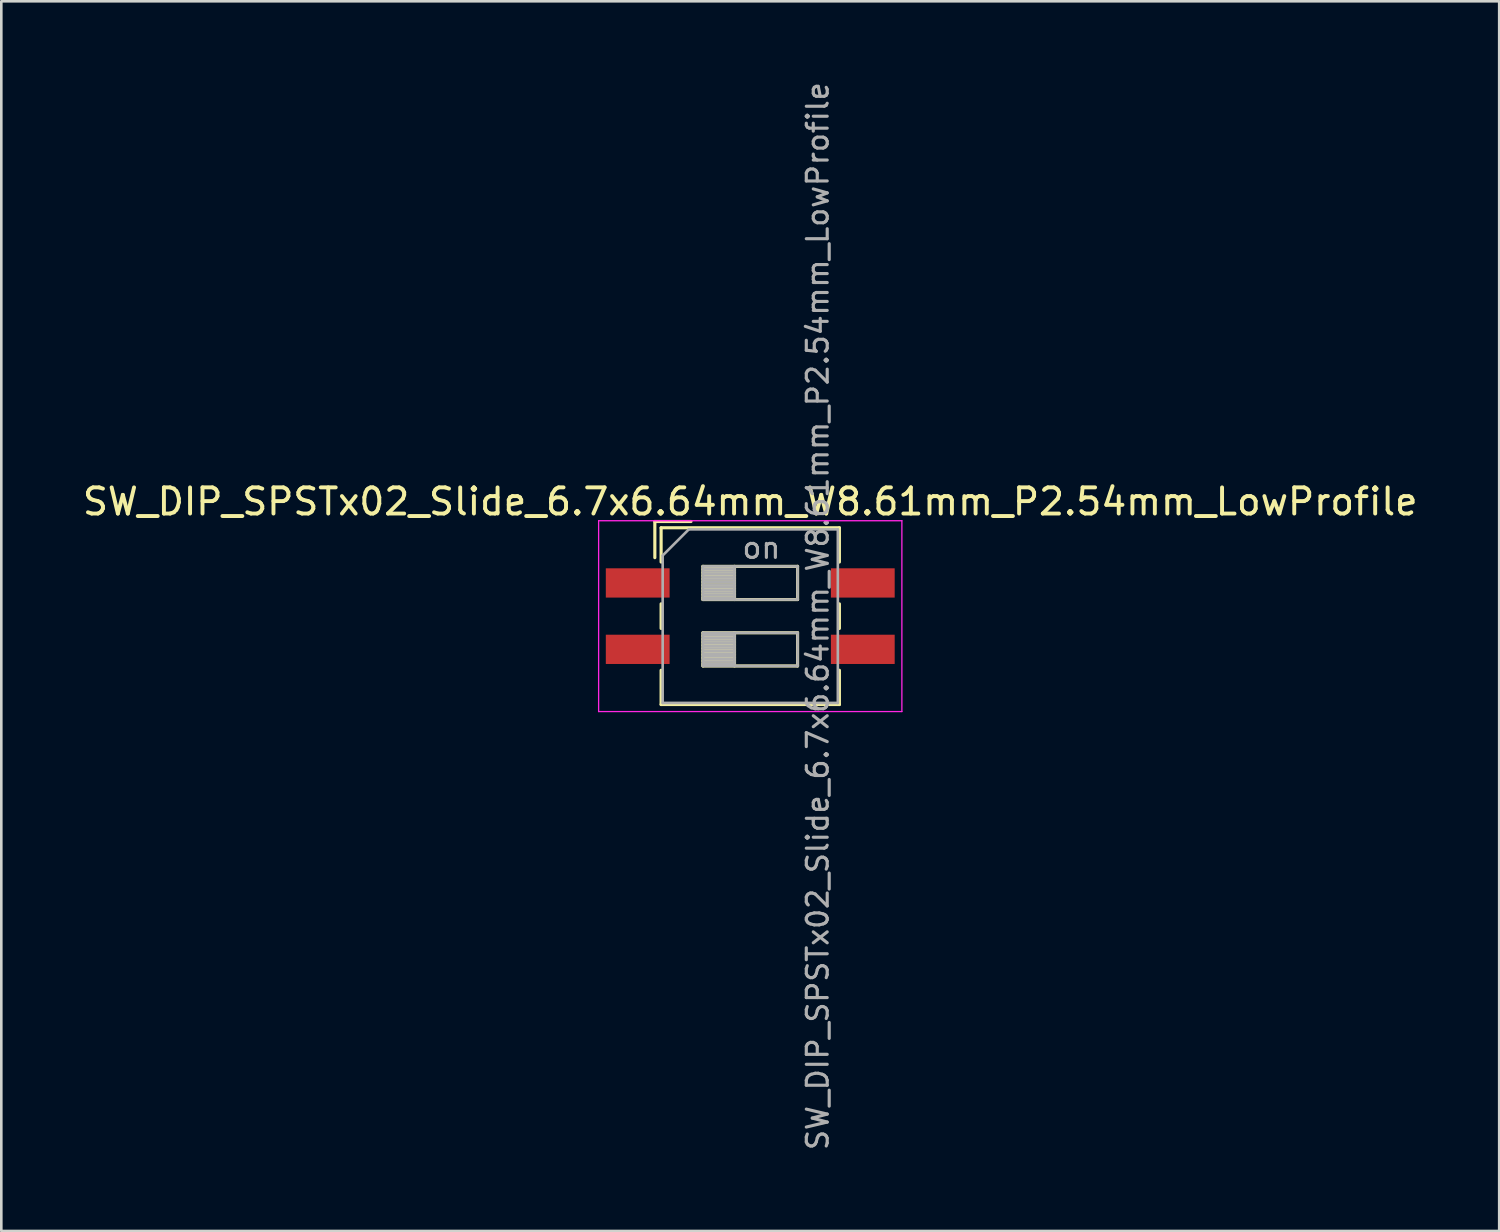
<source format=kicad_pcb>
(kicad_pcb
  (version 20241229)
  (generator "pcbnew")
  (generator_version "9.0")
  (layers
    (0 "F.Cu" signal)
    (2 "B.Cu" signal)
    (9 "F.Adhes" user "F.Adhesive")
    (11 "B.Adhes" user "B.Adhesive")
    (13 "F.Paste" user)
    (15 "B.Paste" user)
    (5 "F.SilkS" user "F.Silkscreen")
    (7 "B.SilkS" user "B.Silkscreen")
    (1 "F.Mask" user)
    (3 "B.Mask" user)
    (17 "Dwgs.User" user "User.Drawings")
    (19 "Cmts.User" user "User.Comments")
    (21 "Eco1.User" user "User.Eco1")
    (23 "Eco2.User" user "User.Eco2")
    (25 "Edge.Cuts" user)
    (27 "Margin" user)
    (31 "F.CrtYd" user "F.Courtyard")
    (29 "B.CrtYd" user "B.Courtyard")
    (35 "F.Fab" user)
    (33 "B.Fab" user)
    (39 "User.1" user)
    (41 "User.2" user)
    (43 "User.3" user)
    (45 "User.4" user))
  (footprint "SW_DIP_SPSTx02_Slide_6.7x6.64mm_W8.61mm_P2.54mm_LowProfile"
    (layer "F.Cu")
    (at 25.649 20.519)
    (property "Reference" "SW_DIP_SPSTx02_Slide_6.7x6.64mm_W8.61mm_P2.54mm_LowProfile" (at 0 -4.38 0) (layer "F.SilkS") (effects (font (size 1 1) (thickness 0.15))))
    (attr smd)
    (fp_line (start -3.65 -3.62) (end -3.65 -2.237) (stroke (width 0.12) (type solid)) (layer "F.SilkS"))
    (fp_line (start -3.65 -3.62) (end -2.267 -3.62) (stroke (width 0.12) (type solid)) (layer "F.SilkS"))
    (fp_line (start -3.41 -3.38) (end -3.41 -2.07) (stroke (width 0.12) (type solid)) (layer "F.SilkS"))
    (fp_line (start -3.41 -3.38) (end 3.41 -3.38) (stroke (width 0.12) (type solid)) (layer "F.SilkS"))
    (fp_line (start -3.41 -0.47) (end -3.41 0.47) (stroke (width 0.12) (type solid)) (layer "F.SilkS"))
    (fp_line (start -3.41 2.07) (end -3.41 3.38) (stroke (width 0.12) (type solid)) (layer "F.SilkS"))
    (fp_line (start -3.41 3.38) (end 3.41 3.38) (stroke (width 0.12) (type solid)) (layer "F.SilkS"))
    (fp_line (start -1.81 -1.905) (end -1.81 -0.635) (stroke (width 0.12) (type solid)) (layer "F.SilkS"))
    (fp_line (start -1.81 -1.785) (end -0.603 -1.785) (stroke (width 0.12) (type solid)) (layer "F.SilkS"))
    (fp_line (start -1.81 -1.665) (end -0.603 -1.665) (stroke (width 0.12) (type solid)) (layer "F.SilkS"))
    (fp_line (start -1.81 -1.545) (end -0.603 -1.545) (stroke (width 0.12) (type solid)) (layer "F.SilkS"))
    (fp_line (start -1.81 -1.425) (end -0.603 -1.425) (stroke (width 0.12) (type solid)) (layer "F.SilkS"))
    (fp_line (start -1.81 -1.305) (end -0.603 -1.305) (stroke (width 0.12) (type solid)) (layer "F.SilkS"))
    (fp_line (start -1.81 -1.185) (end -0.603 -1.185) (stroke (width 0.12) (type solid)) (layer "F.SilkS"))
    (fp_line (start -1.81 -1.065) (end -0.603 -1.065) (stroke (width 0.12) (type solid)) (layer "F.SilkS"))
    (fp_line (start -1.81 -0.945) (end -0.603 -0.945) (stroke (width 0.12) (type solid)) (layer "F.SilkS"))
    (fp_line (start -1.81 -0.825) (end -0.603 -0.825) (stroke (width 0.12) (type solid)) (layer "F.SilkS"))
    (fp_line (start -1.81 -0.705) (end -0.603 -0.705) (stroke (width 0.12) (type solid)) (layer "F.SilkS"))
    (fp_line (start -1.81 -0.635) (end 1.81 -0.635) (stroke (width 0.12) (type solid)) (layer "F.SilkS"))
    (fp_line (start -1.81 0.635) (end -1.81 1.905) (stroke (width 0.12) (type solid)) (layer "F.SilkS"))
    (fp_line (start -1.81 0.755) (end -0.603 0.755) (stroke (width 0.12) (type solid)) (layer "F.SilkS"))
    (fp_line (start -1.81 0.875) (end -0.603 0.875) (stroke (width 0.12) (type solid)) (layer "F.SilkS"))
    (fp_line (start -1.81 0.995) (end -0.603 0.995) (stroke (width 0.12) (type solid)) (layer "F.SilkS"))
    (fp_line (start -1.81 1.115) (end -0.603 1.115) (stroke (width 0.12) (type solid)) (layer "F.SilkS"))
    (fp_line (start -1.81 1.235) (end -0.603 1.235) (stroke (width 0.12) (type solid)) (layer "F.SilkS"))
    (fp_line (start -1.81 1.355) (end -0.603 1.355) (stroke (width 0.12) (type solid)) (layer "F.SilkS"))
    (fp_line (start -1.81 1.475) (end -0.603 1.475) (stroke (width 0.12) (type solid)) (layer "F.SilkS"))
    (fp_line (start -1.81 1.595) (end -0.603 1.595) (stroke (width 0.12) (type solid)) (layer "F.SilkS"))
    (fp_line (start -1.81 1.715) (end -0.603 1.715) (stroke (width 0.12) (type solid)) (layer "F.SilkS"))
    (fp_line (start -1.81 1.835) (end -0.603 1.835) (stroke (width 0.12) (type solid)) (layer "F.SilkS"))
    (fp_line (start -1.81 1.905) (end 1.81 1.905) (stroke (width 0.12) (type solid)) (layer "F.SilkS"))
    (fp_line (start -0.603 -1.905) (end -0.603 -0.635) (stroke (width 0.12) (type solid)) (layer "F.SilkS"))
    (fp_line (start -0.603 0.635) (end -0.603 1.905) (stroke (width 0.12) (type solid)) (layer "F.SilkS"))
    (fp_line (start 1.81 -1.905) (end -1.81 -1.905) (stroke (width 0.12) (type solid)) (layer "F.SilkS"))
    (fp_line (start 1.81 -0.635) (end 1.81 -1.905) (stroke (width 0.12) (type solid)) (layer "F.SilkS"))
    (fp_line (start 1.81 0.635) (end -1.81 0.635) (stroke (width 0.12) (type solid)) (layer "F.SilkS"))
    (fp_line (start 1.81 1.905) (end 1.81 0.635) (stroke (width 0.12) (type solid)) (layer "F.SilkS"))
    (fp_line (start 3.41 -3.38) (end 3.41 -2.07) (stroke (width 0.12) (type solid)) (layer "F.SilkS"))
    (fp_line (start 3.41 -0.47) (end 3.41 0.47) (stroke (width 0.12) (type solid)) (layer "F.SilkS"))
    (fp_line (start 3.41 2.07) (end 3.41 3.38) (stroke (width 0.12) (type solid)) (layer "F.SilkS"))
    (fp_line (start -5.8 -3.65) (end -5.8 3.65) (stroke (width 0.05) (type solid)) (layer "F.CrtYd"))
    (fp_line (start -5.8 3.65) (end 5.8 3.65) (stroke (width 0.05) (type solid)) (layer "F.CrtYd"))
    (fp_line (start 5.8 -3.65) (end -5.8 -3.65) (stroke (width 0.05) (type solid)) (layer "F.CrtYd"))
    (fp_line (start 5.8 3.65) (end 5.8 -3.65) (stroke (width 0.05) (type solid)) (layer "F.CrtYd"))
    (fp_line (start -3.35 -2.32) (end -2.35 -3.32) (stroke (width 0.1) (type solid)) (layer "F.Fab"))
    (fp_line (start -3.35 3.32) (end -3.35 -2.32) (stroke (width 0.1) (type solid)) (layer "F.Fab"))
    (fp_line (start -2.35 -3.32) (end 3.35 -3.32) (stroke (width 0.1) (type solid)) (layer "F.Fab"))
    (fp_line (start -1.81 -1.905) (end -1.81 -0.635) (stroke (width 0.1) (type solid)) (layer "F.Fab"))
    (fp_line (start -1.81 -1.805) (end -0.603 -1.805) (stroke (width 0.1) (type solid)) (layer "F.Fab"))
    (fp_line (start -1.81 -1.705) (end -0.603 -1.705) (stroke (width 0.1) (type solid)) (layer "F.Fab"))
    (fp_line (start -1.81 -1.605) (end -0.603 -1.605) (stroke (width 0.1) (type solid)) (layer "F.Fab"))
    (fp_line (start -1.81 -1.505) (end -0.603 -1.505) (stroke (width 0.1) (type solid)) (layer "F.Fab"))
    (fp_line (start -1.81 -1.405) (end -0.603 -1.405) (stroke (width 0.1) (type solid)) (layer "F.Fab"))
    (fp_line (start -1.81 -1.305) (end -0.603 -1.305) (stroke (width 0.1) (type solid)) (layer "F.Fab"))
    (fp_line (start -1.81 -1.205) (end -0.603 -1.205) (stroke (width 0.1) (type solid)) (layer "F.Fab"))
    (fp_line (start -1.81 -1.105) (end -0.603 -1.105) (stroke (width 0.1) (type solid)) (layer "F.Fab"))
    (fp_line (start -1.81 -1.005) (end -0.603 -1.005) (stroke (width 0.1) (type solid)) (layer "F.Fab"))
    (fp_line (start -1.81 -0.905) (end -0.603 -0.905) (stroke (width 0.1) (type solid)) (layer "F.Fab"))
    (fp_line (start -1.81 -0.805) (end -0.603 -0.805) (stroke (width 0.1) (type solid)) (layer "F.Fab"))
    (fp_line (start -1.81 -0.705) (end -0.603 -0.705) (stroke (width 0.1) (type solid)) (layer "F.Fab"))
    (fp_line (start -1.81 -0.635) (end 1.81 -0.635) (stroke (width 0.1) (type solid)) (layer "F.Fab"))
    (fp_line (start -1.81 0.635) (end -1.81 1.905) (stroke (width 0.1) (type solid)) (layer "F.Fab"))
    (fp_line (start -1.81 0.735) (end -0.603 0.735) (stroke (width 0.1) (type solid)) (layer "F.Fab"))
    (fp_line (start -1.81 0.835) (end -0.603 0.835) (stroke (width 0.1) (type solid)) (layer "F.Fab"))
    (fp_line (start -1.81 0.935) (end -0.603 0.935) (stroke (width 0.1) (type solid)) (layer "F.Fab"))
    (fp_line (start -1.81 1.035) (end -0.603 1.035) (stroke (width 0.1) (type solid)) (layer "F.Fab"))
    (fp_line (start -1.81 1.135) (end -0.603 1.135) (stroke (width 0.1) (type solid)) (layer "F.Fab"))
    (fp_line (start -1.81 1.235) (end -0.603 1.235) (stroke (width 0.1) (type solid)) (layer "F.Fab"))
    (fp_line (start -1.81 1.335) (end -0.603 1.335) (stroke (width 0.1) (type solid)) (layer "F.Fab"))
    (fp_line (start -1.81 1.435) (end -0.603 1.435) (stroke (width 0.1) (type solid)) (layer "F.Fab"))
    (fp_line (start -1.81 1.535) (end -0.603 1.535) (stroke (width 0.1) (type solid)) (layer "F.Fab"))
    (fp_line (start -1.81 1.635) (end -0.603 1.635) (stroke (width 0.1) (type solid)) (layer "F.Fab"))
    (fp_line (start -1.81 1.735) (end -0.603 1.735) (stroke (width 0.1) (type solid)) (layer "F.Fab"))
    (fp_line (start -1.81 1.835) (end -0.603 1.835) (stroke (width 0.1) (type solid)) (layer "F.Fab"))
    (fp_line (start -1.81 1.905) (end 1.81 1.905) (stroke (width 0.1) (type solid)) (layer "F.Fab"))
    (fp_line (start -0.603 -1.905) (end -0.603 -0.635) (stroke (width 0.1) (type solid)) (layer "F.Fab"))
    (fp_line (start -0.603 0.635) (end -0.603 1.905) (stroke (width 0.1) (type solid)) (layer "F.Fab"))
    (fp_line (start 1.81 -1.905) (end -1.81 -1.905) (stroke (width 0.1) (type solid)) (layer "F.Fab"))
    (fp_line (start 1.81 -0.635) (end 1.81 -1.905) (stroke (width 0.1) (type solid)) (layer "F.Fab"))
    (fp_line (start 1.81 0.635) (end -1.81 0.635) (stroke (width 0.1) (type solid)) (layer "F.Fab"))
    (fp_line (start 1.81 1.905) (end 1.81 0.635) (stroke (width 0.1) (type solid)) (layer "F.Fab"))
    (fp_line (start 3.35 -3.32) (end 3.35 3.32) (stroke (width 0.1) (type solid)) (layer "F.Fab"))
    (fp_line (start 3.35 3.32) (end -3.35 3.32) (stroke (width 0.1) (type solid)) (layer "F.Fab"))
    (fp_text user "${REFERENCE}" (at 2.58 0 90) (layer "F.Fab") (effects (font (size 0.8 0.8) (thickness 0.12))))
    (fp_text user "on" (at 0.427 -2.612 0) (layer "F.Fab") (effects (font (size 0.8 0.8) (thickness 0.12))))
    (pad "1" smd rect (at -4.305 -1.27) (size 2.44 1.12) (layers "F.Cu" "F.Mask" "F.Paste"))
    (pad "2" smd rect (at -4.305 1.27) (size 2.44 1.12) (layers "F.Cu" "F.Mask" "F.Paste"))
    (pad "3" smd rect (at 4.305 1.27) (size 2.44 1.12) (layers "F.Cu" "F.Mask" "F.Paste"))
    (pad "4" smd rect (at 4.305 -1.27) (size 2.44 1.12) (layers "F.Cu" "F.Mask" "F.Paste")))
  (gr_rect
    (start -3 -3)
    (end 54.298 44.038)
    (stroke (width 0.1) (type default))
    (fill no)
    (layer "Edge.Cuts")))
</source>
